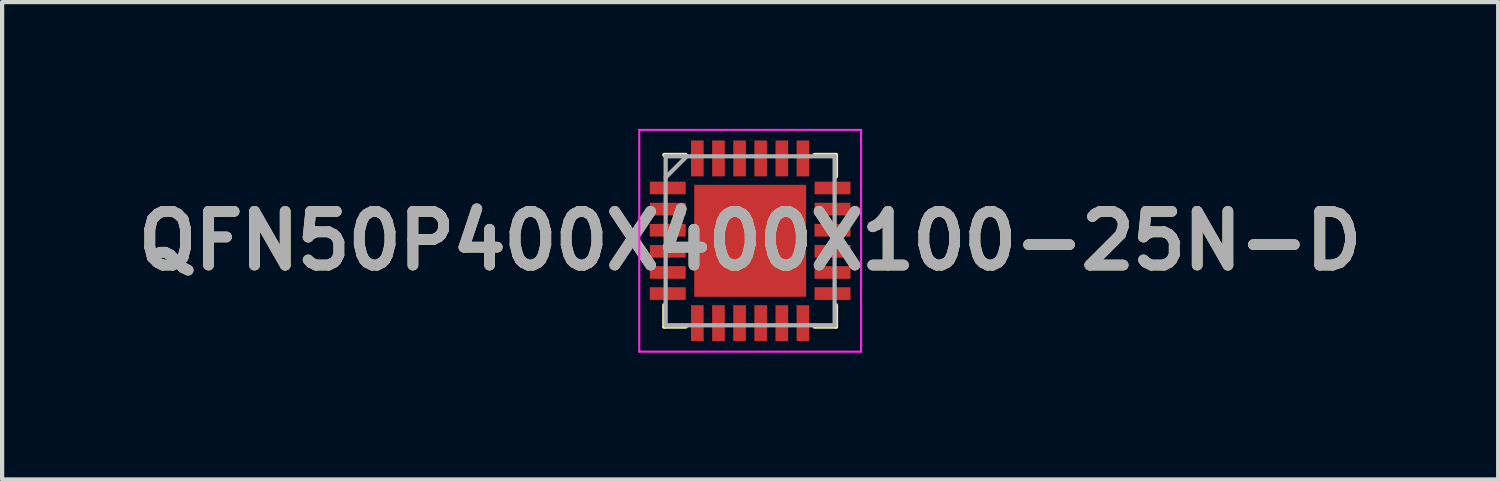
<source format=kicad_pcb>
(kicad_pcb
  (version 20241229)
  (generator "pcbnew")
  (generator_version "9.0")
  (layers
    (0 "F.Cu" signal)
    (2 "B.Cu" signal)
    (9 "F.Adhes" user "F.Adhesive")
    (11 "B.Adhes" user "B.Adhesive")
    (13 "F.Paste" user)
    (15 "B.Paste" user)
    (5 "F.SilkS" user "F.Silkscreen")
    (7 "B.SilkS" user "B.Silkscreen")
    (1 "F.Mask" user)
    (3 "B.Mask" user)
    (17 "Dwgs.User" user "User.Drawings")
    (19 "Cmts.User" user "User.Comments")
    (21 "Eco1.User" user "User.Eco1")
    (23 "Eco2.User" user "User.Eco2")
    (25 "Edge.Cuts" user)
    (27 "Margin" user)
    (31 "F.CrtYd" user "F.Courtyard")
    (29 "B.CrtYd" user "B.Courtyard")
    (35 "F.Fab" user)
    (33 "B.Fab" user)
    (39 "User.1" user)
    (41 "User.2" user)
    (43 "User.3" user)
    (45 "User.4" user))
  (footprint "QFN50P400X400X100-25N-D"
    (layer "F.Cu")
    (at 14.708 2.65)
    (property "Reference" "QFN50P400X400X100-25N-D" (at 0 0 0) (layer "F.SilkS") (effects (font (size 1.27 1.27) (thickness 0.254))))
    (attr smd)
    (fp_line (start -2.032 -2.032) (end -1.524 -2.032) (stroke (width 0.1) (type default)) (layer "F.SilkS"))
    (fp_line (start -2.032 2.032) (end -2.032 1.524) (stroke (width 0.1) (type default)) (layer "F.SilkS"))
    (fp_line (start -1.524 2.032) (end -2.032 2.032) (stroke (width 0.1) (type default)) (layer "F.SilkS"))
    (fp_line (start 1.524 -2.032) (end 2.032 -2.032) (stroke (width 0.1) (type default)) (layer "F.SilkS"))
    (fp_line (start 2.032 -2.032) (end 2.032 -1.524) (stroke (width 0.1) (type default)) (layer "F.SilkS"))
    (fp_line (start 2.032 1.524) (end 2.032 2.032) (stroke (width 0.1) (type default)) (layer "F.SilkS"))
    (fp_line (start 2.032 2.032) (end 1.524 2.032) (stroke (width 0.1) (type default)) (layer "F.SilkS"))
    (fp_line (start -2.625 -2.625) (end 2.625 -2.625) (stroke (width 0.05) (type solid)) (layer "F.CrtYd"))
    (fp_line (start -2.625 2.625) (end -2.625 -2.625) (stroke (width 0.05) (type solid)) (layer "F.CrtYd"))
    (fp_line (start 2.625 -2.625) (end 2.625 2.625) (stroke (width 0.05) (type solid)) (layer "F.CrtYd"))
    (fp_line (start 2.625 2.625) (end -2.625 2.625) (stroke (width 0.05) (type solid)) (layer "F.CrtYd"))
    (fp_line (start -2 -2) (end 2 -2) (stroke (width 0.1) (type solid)) (layer "F.Fab"))
    (fp_line (start -2 -1.5) (end -1.5 -2) (stroke (width 0.1) (type solid)) (layer "F.Fab"))
    (fp_line (start -2 2) (end -2 -2) (stroke (width 0.1) (type solid)) (layer "F.Fab"))
    (fp_line (start 2 -2) (end 2 2) (stroke (width 0.1) (type solid)) (layer "F.Fab"))
    (fp_line (start 2 2) (end -2 2) (stroke (width 0.1) (type solid)) (layer "F.Fab"))
    (fp_text user "${REFERENCE}" (at 0 0 0) (layer "F.Fab") (effects (font (size 1.27 1.27) (thickness 0.254))))
    (pad "1" smd rect (at -1.95 -1.25 90) (size 0.3 0.85) (layers "F.Cu" "F.Mask" "F.Paste"))
    (pad "2" smd rect (at -1.95 -0.75 90) (size 0.3 0.85) (layers "F.Cu" "F.Mask" "F.Paste"))
    (pad "3" smd rect (at -1.95 -0.25 90) (size 0.3 0.85) (layers "F.Cu" "F.Mask" "F.Paste"))
    (pad "4" smd rect (at -1.95 0.25 90) (size 0.3 0.85) (layers "F.Cu" "F.Mask" "F.Paste"))
    (pad "5" smd rect (at -1.95 0.75 90) (size 0.3 0.85) (layers "F.Cu" "F.Mask" "F.Paste"))
    (pad "6" smd rect (at -1.95 1.25 90) (size 0.3 0.85) (layers "F.Cu" "F.Mask" "F.Paste"))
    (pad "7" smd rect (at -1.25 1.95) (size 0.3 0.85) (layers "F.Cu" "F.Mask" "F.Paste"))
    (pad "8" smd rect (at -0.75 1.95) (size 0.3 0.85) (layers "F.Cu" "F.Mask" "F.Paste"))
    (pad "9" smd rect (at -0.25 1.95) (size 0.3 0.85) (layers "F.Cu" "F.Mask" "F.Paste"))
    (pad "10" smd rect (at 0.25 1.95) (size 0.3 0.85) (layers "F.Cu" "F.Mask" "F.Paste"))
    (pad "11" smd rect (at 0.75 1.95) (size 0.3 0.85) (layers "F.Cu" "F.Mask" "F.Paste"))
    (pad "12" smd rect (at 1.25 1.95) (size 0.3 0.85) (layers "F.Cu" "F.Mask" "F.Paste"))
    (pad "13" smd rect (at 1.95 1.25 90) (size 0.3 0.85) (layers "F.Cu" "F.Mask" "F.Paste"))
    (pad "14" smd rect (at 1.95 0.75 90) (size 0.3 0.85) (layers "F.Cu" "F.Mask" "F.Paste"))
    (pad "15" smd rect (at 1.95 0.25 90) (size 0.3 0.85) (layers "F.Cu" "F.Mask" "F.Paste"))
    (pad "16" smd rect (at 1.95 -0.25 90) (size 0.3 0.85) (layers "F.Cu" "F.Mask" "F.Paste"))
    (pad "17" smd rect (at 1.95 -0.75 90) (size 0.3 0.85) (layers "F.Cu" "F.Mask" "F.Paste"))
    (pad "18" smd rect (at 1.95 -1.25 90) (size 0.3 0.85) (layers "F.Cu" "F.Mask" "F.Paste"))
    (pad "19" smd rect (at 1.25 -1.95) (size 0.3 0.85) (layers "F.Cu" "F.Mask" "F.Paste"))
    (pad "20" smd rect (at 0.75 -1.95) (size 0.3 0.85) (layers "F.Cu" "F.Mask" "F.Paste"))
    (pad "21" smd rect (at 0.25 -1.95) (size 0.3 0.85) (layers "F.Cu" "F.Mask" "F.Paste"))
    (pad "22" smd rect (at -0.25 -1.95) (size 0.3 0.85) (layers "F.Cu" "F.Mask" "F.Paste"))
    (pad "23" smd rect (at -0.75 -1.95) (size 0.3 0.85) (layers "F.Cu" "F.Mask" "F.Paste"))
    (pad "24" smd rect (at -1.25 -1.95) (size 0.3 0.85) (layers "F.Cu" "F.Mask" "F.Paste"))
    (pad "25" smd rect (at 0 0) (size 2.65 2.65) (layers "F.Cu" "F.Mask" "F.Paste")))
  (gr_rect
    (start -3 -3)
    (end 32.416 8.3)
    (stroke (width 0.1) (type default))
    (fill no)
    (layer "Edge.Cuts")))
</source>
